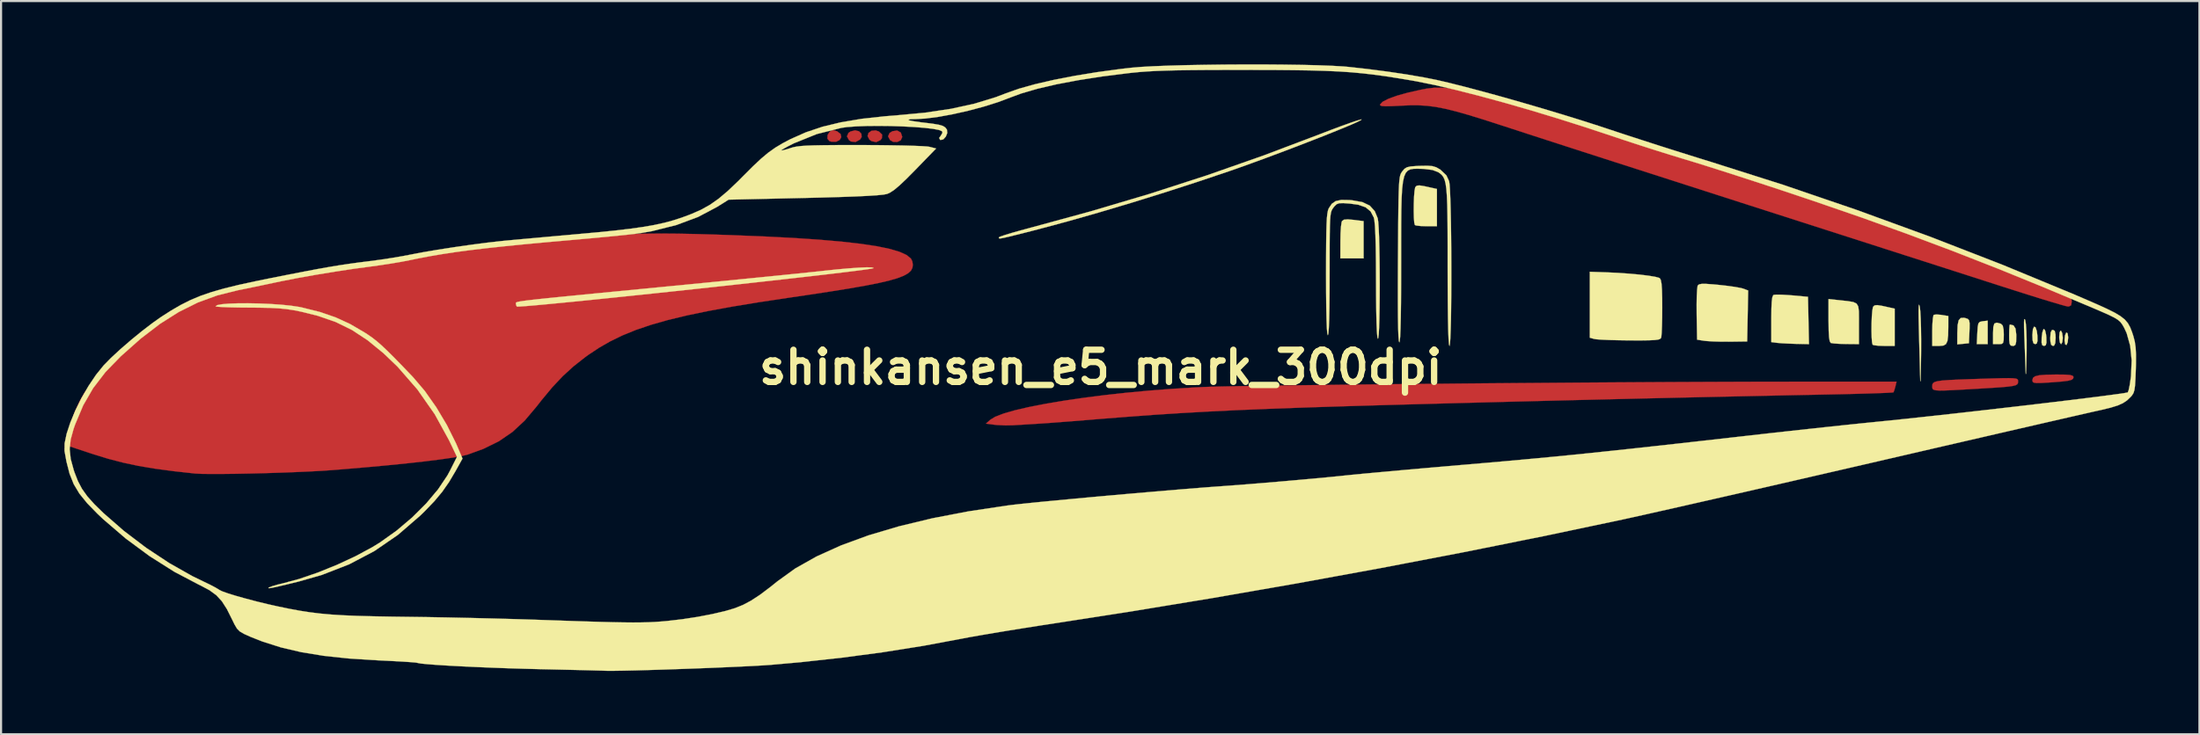
<source format=kicad_pcb>
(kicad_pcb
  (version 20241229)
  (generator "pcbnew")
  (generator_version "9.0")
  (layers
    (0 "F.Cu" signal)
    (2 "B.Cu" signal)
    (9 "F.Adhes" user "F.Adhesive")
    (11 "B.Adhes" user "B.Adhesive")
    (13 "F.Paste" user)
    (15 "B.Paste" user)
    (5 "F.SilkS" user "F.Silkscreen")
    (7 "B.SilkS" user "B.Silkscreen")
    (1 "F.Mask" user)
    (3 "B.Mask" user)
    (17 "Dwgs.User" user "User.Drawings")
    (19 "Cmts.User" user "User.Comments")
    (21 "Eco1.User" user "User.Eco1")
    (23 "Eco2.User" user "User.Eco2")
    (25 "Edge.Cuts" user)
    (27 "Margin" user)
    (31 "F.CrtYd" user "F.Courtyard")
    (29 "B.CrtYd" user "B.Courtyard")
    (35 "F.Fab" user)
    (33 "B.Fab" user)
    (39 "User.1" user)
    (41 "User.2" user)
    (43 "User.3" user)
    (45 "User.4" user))
  (footprint "shinkansen_e5_mark_300dpi"
    (layer "F.Cu")
    (at 49.068 14.36)
    (property "Reference" "shinkansen_e5_mark_300dpi" (at 0 0 0) (layer "F.SilkS") (effects (font (size 1.524 1.524) (thickness 0.3))))
    (attr through_hole)
    (fp_poly (pts (xy -11.448 -11.189) (xy -11.332 -11.072) (xy -11.321 -10.915) (xy -11.397 -10.797) (xy -11.609 -10.68) (xy -11.828 -10.704) (xy -11.921 -10.77) (xy -12.017 -10.948) (xy -11.947 -11.109) (xy -11.85 -11.178) (xy -11.633 -11.234) (xy -11.448 -11.189)) (stroke (width 0.01) (type solid)) (fill yes) (layer "F.Cu"))
    (fp_poly (pts (xy -10.502 -11.178) (xy -10.35 -11.033) (xy -10.361 -10.861) (xy -10.431 -10.77) (xy -10.631 -10.674) (xy -10.854 -10.722) (xy -10.955 -10.797) (xy -11.041 -10.963) (xy -10.995 -11.111) (xy -10.855 -11.211) (xy -10.657 -11.23) (xy -10.502 -11.178)) (stroke (width 0.01) (type solid)) (fill yes) (layer "F.Cu"))
    (fp_poly (pts (xy -9.466 -11.128) (xy -9.398 -10.923) (xy -9.398 -10.921) (xy -9.467 -10.765) (xy -9.633 -10.681) (xy -9.832 -10.687) (xy -9.974 -10.77) (xy -10.07 -10.946) (xy -10.001 -11.104) (xy -9.866 -11.19) (xy -9.638 -11.225) (xy -9.466 -11.128)) (stroke (width 0.01) (type solid)) (fill yes) (layer "F.Cu"))
    (fp_poly (pts (xy -12.486 -11.19) (xy -12.317 -11.059) (xy -12.284 -10.91) (xy -12.361 -10.777) (xy -12.523 -10.694) (xy -12.744 -10.692) (xy -12.848 -10.724) (xy -12.941 -10.837) (xy -12.934 -11.011) (xy -12.831 -11.173) (xy -12.824 -11.178) (xy -12.676 -11.242) (xy -12.486 -11.19)) (stroke (width 0.01) (type solid)) (fill yes) (layer "F.Cu"))
    (fp_poly (pts (xy 45.654 0.344) (xy 45.892 0.361) (xy 46.017 0.396) (xy 46.058 0.453) (xy 46.059 0.464) (xy 46.038 0.537) (xy 45.96 0.592) (xy 45.798 0.635) (xy 45.529 0.669) (xy 45.127 0.702) (xy 44.895 0.718) (xy 44.527 0.739) (xy 44.297 0.742) (xy 44.172 0.723) (xy 44.121 0.677) (xy 44.111 0.606) (xy 44.14 0.497) (xy 44.241 0.422) (xy 44.439 0.374) (xy 44.756 0.349) (xy 45.217 0.34) (xy 45.276 0.34) (xy 45.654 0.344)) (stroke (width 0.01) (type solid)) (fill yes) (layer "F.Cu"))
    (fp_poly (pts (xy 43.21 0.517) (xy 43.34 0.534) (xy 43.406 0.564) (xy 43.431 0.608) (xy 43.434 0.665) (xy 43.428 0.741) (xy 43.398 0.8) (xy 43.322 0.846) (xy 43.181 0.882) (xy 42.953 0.913) (xy 42.618 0.943) (xy 42.156 0.974) (xy 41.545 1.011) (xy 41.529 1.012) (xy 40.87 1.05) (xy 40.361 1.078) (xy 39.983 1.094) (xy 39.716 1.098) (xy 39.54 1.087) (xy 39.437 1.061) (xy 39.387 1.019) (xy 39.371 0.961) (xy 39.37 0.896) (xy 39.376 0.812) (xy 39.408 0.745) (xy 39.483 0.694) (xy 39.621 0.655) (xy 39.841 0.624) (xy 40.162 0.6) (xy 40.602 0.579) (xy 41.18 0.558) (xy 41.635 0.543) (xy 42.23 0.525) (xy 42.676 0.513) (xy 42.996 0.51) (xy 43.21 0.517)) (stroke (width 0.01) (type solid)) (fill yes) (layer "F.Cu"))
    (fp_poly (pts (xy 37.68 0.677) (xy 37.624 0.91) (xy 37.572 1.093) (xy 37.533 1.184) (xy 37.443 1.194) (xy 37.203 1.208) (xy 36.832 1.222) (xy 36.35 1.238) (xy 35.775 1.254) (xy 35.128 1.27) (xy 34.475 1.284) (xy 32.761 1.318) (xy 30.988 1.356) (xy 29.171 1.395) (xy 27.326 1.436) (xy 25.471 1.479) (xy 23.62 1.523) (xy 21.789 1.567) (xy 19.996 1.612) (xy 18.254 1.657) (xy 16.582 1.701) (xy 14.994 1.744) (xy 13.507 1.785) (xy 12.136 1.825) (xy 10.899 1.863) (xy 9.809 1.898) (xy 9.525 1.908) (xy 7.936 1.965) (xy 6.482 2.026) (xy 5.125 2.092) (xy 3.832 2.165) (xy 2.565 2.246) (xy 1.291 2.339) (xy -0.027 2.444) (xy -0.127 2.452) (xy -0.742 2.503) (xy -1.355 2.552) (xy -1.926 2.596) (xy -2.417 2.633) (xy -2.79 2.659) (xy -2.879 2.665) (xy -3.298 2.691) (xy -3.715 2.717) (xy -4.06 2.738) (xy -4.149 2.744) (xy -4.51 2.751) (xy -4.885 2.734) (xy -5.024 2.72) (xy -5.434 2.667) (xy -5.236 2.487) (xy -4.995 2.34) (xy -4.599 2.188) (xy -4.065 2.034) (xy -3.406 1.881) (xy -2.639 1.731) (xy -1.779 1.585) (xy -0.84 1.447) (xy 0.163 1.318) (xy 1.213 1.202) (xy 2.297 1.1) (xy 3.399 1.015) (xy 4.504 0.948) (xy 4.868 0.931) (xy 5.205 0.919) (xy 5.699 0.907) (xy 6.339 0.894) (xy 7.113 0.88) (xy 8.011 0.867) (xy 9.02 0.853) (xy 10.128 0.839) (xy 11.325 0.824) (xy 12.598 0.81) (xy 13.936 0.796) (xy 15.326 0.783) (xy 16.759 0.769) (xy 18.222 0.756) (xy 19.703 0.744) (xy 21.19 0.733) (xy 22.673 0.722) (xy 24.139 0.712) (xy 25.578 0.703) (xy 26.976 0.695) (xy 28.324 0.689) (xy 29.608 0.684) (xy 30.818 0.68) (xy 31.941 0.678) (xy 32.831 0.677) (xy 37.68 0.677)) (stroke (width 0.01) (type solid)) (fill yes) (layer "F.Cu"))
    (fp_poly (pts (xy 16.687 -13.211) (xy 17.253 -13.124) (xy 17.911 -12.987) (xy 18.672 -12.799) (xy 19.548 -12.557) (xy 20.552 -12.259) (xy 21.695 -11.902) (xy 22.358 -11.689) (xy 24.521 -10.986) (xy 26.53 -10.332) (xy 28.393 -9.724) (xy 30.116 -9.159) (xy 31.708 -8.635) (xy 33.175 -8.149) (xy 34.526 -7.698) (xy 35.766 -7.28) (xy 36.905 -6.892) (xy 37.949 -6.532) (xy 38.906 -6.197) (xy 39.782 -5.884) (xy 40.587 -5.592) (xy 41.326 -5.316) (xy 42.008 -5.056) (xy 42.639 -4.807) (xy 43.228 -4.569) (xy 43.782 -4.337) (xy 44.308 -4.11) (xy 44.813 -3.884) (xy 44.895 -3.847) (xy 45.323 -3.65) (xy 45.621 -3.505) (xy 45.811 -3.395) (xy 45.917 -3.306) (xy 45.963 -3.22) (xy 45.974 -3.122) (xy 45.974 -3.117) (xy 45.948 -2.943) (xy 45.843 -2.888) (xy 45.783 -2.887) (xy 45.661 -2.914) (xy 45.397 -2.988) (xy 45.011 -3.102) (xy 44.523 -3.251) (xy 43.953 -3.429) (xy 43.32 -3.629) (xy 42.714 -3.823) (xy 41.93 -4.075) (xy 41.027 -4.366) (xy 40.051 -4.68) (xy 39.044 -5.004) (xy 38.05 -5.323) (xy 37.114 -5.624) (xy 36.534 -5.811) (xy 35.145 -6.257) (xy 33.63 -6.744) (xy 32.023 -7.26) (xy 30.361 -7.794) (xy 28.678 -8.336) (xy 27.009 -8.873) (xy 25.389 -9.394) (xy 23.853 -9.888) (xy 23.622 -9.963) (xy 22.857 -10.209) (xy 22.014 -10.482) (xy 21.142 -10.764) (xy 20.292 -11.04) (xy 19.512 -11.294) (xy 18.965 -11.472) (xy 18.124 -11.743) (xy 17.418 -11.961) (xy 16.822 -12.13) (xy 16.312 -12.256) (xy 15.862 -12.343) (xy 15.45 -12.396) (xy 15.049 -12.42) (xy 14.636 -12.42) (xy 14.235 -12.402) (xy 13.791 -12.38) (xy 13.492 -12.374) (xy 13.314 -12.384) (xy 13.234 -12.413) (xy 13.225 -12.458) (xy 13.346 -12.587) (xy 13.618 -12.728) (xy 14.022 -12.874) (xy 14.54 -13.019) (xy 15.155 -13.157) (xy 15.421 -13.209) (xy 15.783 -13.251) (xy 16.201 -13.253) (xy 16.687 -13.211)) (stroke (width 0.01) (type solid)) (fill yes) (layer "F.Cu"))
    (fp_poly (pts (xy -20.031 -6.336) (xy -19.203 -6.32) (xy -18.296 -6.294) (xy -17.475 -6.266) (xy -15.931 -6.204) (xy -14.552 -6.133) (xy -13.334 -6.051) (xy -12.273 -5.959) (xy -11.366 -5.856) (xy -10.607 -5.742) (xy -9.994 -5.615) (xy -9.522 -5.475) (xy -9.188 -5.322) (xy -8.986 -5.154) (xy -8.922 -5.028) (xy -8.897 -4.864) (xy -8.916 -4.716) (xy -8.988 -4.581) (xy -9.126 -4.456) (xy -9.338 -4.338) (xy -9.636 -4.224) (xy -10.031 -4.11) (xy -10.532 -3.994) (xy -11.151 -3.872) (xy -11.898 -3.741) (xy -12.783 -3.599) (xy -13.817 -3.441) (xy -14.774 -3.3) (xy -16.202 -3.085) (xy -17.475 -2.875) (xy -18.607 -2.667) (xy -19.612 -2.458) (xy -20.504 -2.242) (xy -21.297 -2.016) (xy -22.005 -1.776) (xy -22.642 -1.517) (xy -23.222 -1.235) (xy -23.759 -0.927) (xy -24.267 -0.589) (xy -24.413 -0.482) (xy -24.966 -0.047) (xy -25.469 0.413) (xy -25.96 0.933) (xy -26.475 1.552) (xy -26.706 1.849) (xy -27.273 2.521) (xy -27.856 3.062) (xy -28.493 3.499) (xy -29.223 3.859) (xy -29.972 4.133) (xy -30.257 4.203) (xy -30.7 4.281) (xy -31.287 4.365) (xy -32.006 4.455) (xy -32.846 4.548) (xy -33.794 4.643) (xy -34.838 4.739) (xy -35.966 4.835) (xy -36.407 4.87) (xy -36.894 4.904) (xy -37.481 4.935) (xy -38.141 4.964) (xy -38.846 4.991) (xy -39.572 5.013) (xy -40.291 5.031) (xy -40.976 5.044) (xy -41.602 5.051) (xy -42.142 5.052) (xy -42.569 5.047) (xy -42.857 5.033) (xy -42.884 5.031) (xy -43.901 4.919) (xy -44.785 4.801) (xy -45.572 4.668) (xy -46.296 4.514) (xy -46.995 4.332) (xy -47.703 4.114) (xy -47.783 4.088) (xy -48.958 3.699) (xy -48.91 3.294) (xy -48.801 2.762) (xy -48.605 2.176) (xy -48.351 1.606) (xy -48.128 1.219) (xy -47.943 0.974) (xy -47.657 0.641) (xy -47.295 0.244) (xy -46.882 -0.189) (xy -46.443 -0.635) (xy -46.003 -1.068) (xy -45.586 -1.463) (xy -45.218 -1.794) (xy -44.924 -2.036) (xy -44.916 -2.042) (xy -43.952 -2.692) (xy -42.966 -3.2) (xy -41.909 -3.589) (xy -41.444 -3.719) (xy -41.102 -3.798) (xy -40.611 -3.898) (xy -39.992 -4.016) (xy -39.262 -4.149) (xy -38.442 -4.293) (xy -37.552 -4.445) (xy -36.609 -4.603) (xy -35.633 -4.763) (xy -34.645 -4.922) (xy -33.662 -5.077) (xy -32.705 -5.225) (xy -31.793 -5.362) (xy -30.944 -5.486) (xy -30.179 -5.593) (xy -29.516 -5.68) (xy -28.975 -5.745) (xy -28.914 -5.752) (xy -27.639 -5.887) (xy -26.511 -6.002) (xy -25.505 -6.098) (xy -24.601 -6.177) (xy -23.774 -6.239) (xy -23.004 -6.286) (xy -22.266 -6.318) (xy -21.54 -6.336) (xy -20.803 -6.342) (xy -20.031 -6.336)) (stroke (width 0.01) (type solid)) (fill yes) (layer "F.Cu"))
    (fp_poly (pts (xy -11.448 -11.189) (xy -11.332 -11.072) (xy -11.321 -10.915) (xy -11.397 -10.797) (xy -11.609 -10.68) (xy -11.828 -10.704) (xy -11.921 -10.77) (xy -12.017 -10.948) (xy -11.947 -11.109) (xy -11.85 -11.178) (xy -11.633 -11.234) (xy -11.448 -11.189)) (stroke (width 0.01) (type solid)) (fill yes) (layer "F.Mask"))
    (fp_poly (pts (xy -10.502 -11.178) (xy -10.35 -11.033) (xy -10.361 -10.861) (xy -10.431 -10.77) (xy -10.631 -10.674) (xy -10.854 -10.722) (xy -10.955 -10.797) (xy -11.041 -10.963) (xy -10.995 -11.111) (xy -10.855 -11.211) (xy -10.657 -11.23) (xy -10.502 -11.178)) (stroke (width 0.01) (type solid)) (fill yes) (layer "F.Mask"))
    (fp_poly (pts (xy -9.466 -11.128) (xy -9.398 -10.923) (xy -9.398 -10.921) (xy -9.467 -10.765) (xy -9.633 -10.681) (xy -9.832 -10.687) (xy -9.974 -10.77) (xy -10.07 -10.946) (xy -10.001 -11.104) (xy -9.866 -11.19) (xy -9.638 -11.225) (xy -9.466 -11.128)) (stroke (width 0.01) (type solid)) (fill yes) (layer "F.Mask"))
    (fp_poly (pts (xy -12.486 -11.19) (xy -12.317 -11.059) (xy -12.284 -10.91) (xy -12.361 -10.777) (xy -12.523 -10.694) (xy -12.744 -10.692) (xy -12.848 -10.724) (xy -12.941 -10.837) (xy -12.934 -11.011) (xy -12.831 -11.173) (xy -12.824 -11.178) (xy -12.676 -11.242) (xy -12.486 -11.19)) (stroke (width 0.01) (type solid)) (fill yes) (layer "F.Mask"))
    (fp_poly (pts (xy 45.654 0.344) (xy 45.892 0.361) (xy 46.017 0.396) (xy 46.058 0.453) (xy 46.059 0.464) (xy 46.038 0.537) (xy 45.96 0.592) (xy 45.798 0.635) (xy 45.529 0.669) (xy 45.127 0.702) (xy 44.895 0.718) (xy 44.527 0.739) (xy 44.297 0.742) (xy 44.172 0.723) (xy 44.121 0.677) (xy 44.111 0.606) (xy 44.14 0.497) (xy 44.241 0.422) (xy 44.439 0.374) (xy 44.756 0.349) (xy 45.217 0.34) (xy 45.276 0.34) (xy 45.654 0.344)) (stroke (width 0.01) (type solid)) (fill yes) (layer "F.Mask"))
    (fp_poly (pts (xy 43.21 0.517) (xy 43.34 0.534) (xy 43.406 0.564) (xy 43.431 0.608) (xy 43.434 0.665) (xy 43.428 0.741) (xy 43.398 0.8) (xy 43.322 0.846) (xy 43.181 0.882) (xy 42.953 0.913) (xy 42.618 0.943) (xy 42.156 0.974) (xy 41.545 1.011) (xy 41.529 1.012) (xy 40.87 1.05) (xy 40.361 1.078) (xy 39.983 1.094) (xy 39.716 1.098) (xy 39.54 1.087) (xy 39.437 1.061) (xy 39.387 1.019) (xy 39.371 0.961) (xy 39.37 0.896) (xy 39.376 0.812) (xy 39.408 0.745) (xy 39.483 0.694) (xy 39.621 0.655) (xy 39.841 0.624) (xy 40.162 0.6) (xy 40.602 0.579) (xy 41.18 0.558) (xy 41.635 0.543) (xy 42.23 0.525) (xy 42.676 0.513) (xy 42.996 0.51) (xy 43.21 0.517)) (stroke (width 0.01) (type solid)) (fill yes) (layer "F.Mask"))
    (fp_poly (pts (xy 37.68 0.677) (xy 37.624 0.91) (xy 37.572 1.093) (xy 37.533 1.184) (xy 37.443 1.194) (xy 37.203 1.208) (xy 36.832 1.222) (xy 36.35 1.238) (xy 35.775 1.254) (xy 35.128 1.27) (xy 34.475 1.284) (xy 32.761 1.318) (xy 30.988 1.356) (xy 29.171 1.395) (xy 27.326 1.436) (xy 25.471 1.479) (xy 23.62 1.523) (xy 21.789 1.567) (xy 19.996 1.612) (xy 18.254 1.657) (xy 16.582 1.701) (xy 14.994 1.744) (xy 13.507 1.785) (xy 12.136 1.825) (xy 10.899 1.863) (xy 9.809 1.898) (xy 9.525 1.908) (xy 7.936 1.965) (xy 6.482 2.026) (xy 5.125 2.092) (xy 3.832 2.165) (xy 2.565 2.246) (xy 1.291 2.339) (xy -0.027 2.444) (xy -0.127 2.452) (xy -0.742 2.503) (xy -1.355 2.552) (xy -1.926 2.596) (xy -2.417 2.633) (xy -2.79 2.659) (xy -2.879 2.665) (xy -3.298 2.691) (xy -3.715 2.717) (xy -4.06 2.738) (xy -4.149 2.744) (xy -4.51 2.751) (xy -4.885 2.734) (xy -5.024 2.72) (xy -5.434 2.667) (xy -5.236 2.487) (xy -4.995 2.34) (xy -4.599 2.188) (xy -4.065 2.034) (xy -3.406 1.881) (xy -2.639 1.731) (xy -1.779 1.585) (xy -0.84 1.447) (xy 0.163 1.318) (xy 1.213 1.202) (xy 2.297 1.1) (xy 3.399 1.015) (xy 4.504 0.948) (xy 4.868 0.931) (xy 5.205 0.919) (xy 5.699 0.907) (xy 6.339 0.894) (xy 7.113 0.88) (xy 8.011 0.867) (xy 9.02 0.853) (xy 10.128 0.839) (xy 11.325 0.824) (xy 12.598 0.81) (xy 13.936 0.796) (xy 15.326 0.783) (xy 16.759 0.769) (xy 18.222 0.756) (xy 19.703 0.744) (xy 21.19 0.733) (xy 22.673 0.722) (xy 24.139 0.712) (xy 25.578 0.703) (xy 26.976 0.695) (xy 28.324 0.689) (xy 29.608 0.684) (xy 30.818 0.68) (xy 31.941 0.678) (xy 32.831 0.677) (xy 37.68 0.677)) (stroke (width 0.01) (type solid)) (fill yes) (layer "F.Mask"))
    (fp_poly (pts (xy 41.995 -1.101) (xy 41.479 -1.101) (xy 41.504 -1.63) (xy 41.522 -1.919) (xy 41.555 -2.081) (xy 41.621 -2.155) (xy 41.74 -2.183) (xy 41.762 -2.186) (xy 41.995 -2.213) (xy 41.995 -1.101)) (stroke (width 0.01) (type solid)) (fill yes) (layer "F.SilkS"))
    (fp_poly (pts (xy 11.971 -6.99) (xy 12.446 -6.93) (xy 12.446 -5.165) (xy 11.345 -5.165) (xy 11.347 -5.99) (xy 11.354 -6.357) (xy 11.374 -6.667) (xy 11.403 -6.875) (xy 11.422 -6.932) (xy 11.513 -6.998) (xy 11.695 -7.014) (xy 11.971 -6.99)) (stroke (width 0.01) (type solid)) (fill yes) (layer "F.SilkS"))
    (fp_poly (pts (xy 44.262 -1.896) (xy 44.323 -1.712) (xy 44.349 -1.496) (xy 44.353 -1.247) (xy 44.316 -1.128) (xy 44.243 -1.101) (xy 44.162 -1.141) (xy 44.121 -1.285) (xy 44.111 -1.531) (xy 44.135 -1.809) (xy 44.192 -1.93) (xy 44.262 -1.896)) (stroke (width 0.01) (type solid)) (fill yes) (layer "F.SilkS"))
    (fp_poly (pts (xy 44.716 -1.744) (xy 44.759 -1.551) (xy 44.772 -1.418) (xy 44.777 -1.168) (xy 44.743 -1.047) (xy 44.662 -1.016) (xy 44.579 -1.049) (xy 44.546 -1.173) (xy 44.551 -1.418) (xy 44.582 -1.653) (xy 44.632 -1.798) (xy 44.662 -1.82) (xy 44.716 -1.744)) (stroke (width 0.01) (type solid)) (fill yes) (layer "F.SilkS"))
    (fp_poly (pts (xy 45.169 -1.728) (xy 45.207 -1.559) (xy 45.212 -1.397) (xy 45.195 -1.146) (xy 45.139 -1.031) (xy 45.085 -1.016) (xy 45.001 -1.066) (xy 44.963 -1.235) (xy 44.958 -1.397) (xy 44.975 -1.648) (xy 45.031 -1.763) (xy 45.085 -1.778) (xy 45.169 -1.728)) (stroke (width 0.01) (type solid)) (fill yes) (layer "F.SilkS"))
    (fp_poly (pts (xy 45.466 -1.736) (xy 45.523 -1.623) (xy 45.55 -1.418) (xy 45.551 -1.392) (xy 45.529 -1.198) (xy 45.476 -1.103) (xy 45.466 -1.101) (xy 45.413 -1.176) (xy 45.384 -1.364) (xy 45.381 -1.444) (xy 45.399 -1.659) (xy 45.447 -1.741) (xy 45.466 -1.736)) (stroke (width 0.01) (type solid)) (fill yes) (layer "F.SilkS"))
    (fp_poly (pts (xy 45.778 -1.616) (xy 45.804 -1.444) (xy 45.805 -1.407) (xy 45.783 -1.194) (xy 45.729 -1.065) (xy 45.72 -1.058) (xy 45.662 -1.094) (xy 45.636 -1.265) (xy 45.635 -1.302) (xy 45.657 -1.515) (xy 45.711 -1.644) (xy 45.72 -1.651) (xy 45.778 -1.616)) (stroke (width 0.01) (type solid)) (fill yes) (layer "F.SilkS"))
    (fp_poly (pts (xy 40.931 -2.337) (xy 41.05 -2.299) (xy 41.115 -2.23) (xy 41.139 -2.091) (xy 41.136 -1.839) (xy 41.131 -1.712) (xy 41.106 -1.143) (xy 40.831 -1.116) (xy 40.555 -1.09) (xy 40.557 -1.624) (xy 40.571 -2) (xy 40.62 -2.23) (xy 40.716 -2.339) (xy 40.87 -2.35) (xy 40.931 -2.337)) (stroke (width 0.01) (type solid)) (fill yes) (layer "F.SilkS"))
    (fp_poly (pts (xy 42.608 -2.071) (xy 42.623 -2.065) (xy 42.707 -1.98) (xy 42.749 -1.785) (xy 42.757 -1.557) (xy 42.752 -1.294) (xy 42.723 -1.159) (xy 42.646 -1.108) (xy 42.503 -1.101) (xy 42.249 -1.101) (xy 42.249 -1.609) (xy 42.261 -1.914) (xy 42.311 -2.077) (xy 42.42 -2.12) (xy 42.608 -2.071)) (stroke (width 0.01) (type solid)) (fill yes) (layer "F.SilkS"))
    (fp_poly (pts (xy 43.217 -1.988) (xy 43.313 -1.838) (xy 43.348 -1.556) (xy 43.349 -1.473) (xy 43.342 -1.207) (xy 43.309 -1.069) (xy 43.236 -1.02) (xy 43.18 -1.016) (xy 43.085 -1.035) (xy 43.034 -1.116) (xy 43.014 -1.299) (xy 43.011 -1.524) (xy 43.016 -1.792) (xy 43.03 -1.976) (xy 43.046 -2.032) (xy 43.217 -1.988)) (stroke (width 0.01) (type solid)) (fill yes) (layer "F.SilkS"))
    (fp_poly (pts (xy 32.25 -3.444) (xy 32.581 -3.424) (xy 32.732 -3.412) (xy 33.486 -3.344) (xy 33.533 -1.101) (xy 32.917 -1.114) (xy 32.566 -1.126) (xy 32.244 -1.143) (xy 32.025 -1.162) (xy 31.75 -1.196) (xy 31.75 -2.294) (xy 31.754 -2.772) (xy 31.769 -3.104) (xy 31.795 -3.31) (xy 31.836 -3.415) (xy 31.864 -3.436) (xy 31.995 -3.448) (xy 32.25 -3.444)) (stroke (width 0.01) (type solid)) (fill yes) (layer "F.SilkS"))
    (fp_poly (pts (xy 39.779 -2.49) (xy 39.822 -2.483) (xy 40.132 -2.433) (xy 40.131 -1.915) (xy 40.122 -1.514) (xy 40.09 -1.253) (xy 40.019 -1.102) (xy 39.897 -1.033) (xy 39.708 -1.016) (xy 39.699 -1.016) (xy 39.37 -1.016) (xy 39.37 -1.731) (xy 39.378 -2.062) (xy 39.399 -2.323) (xy 39.429 -2.472) (xy 39.441 -2.489) (xy 39.566 -2.506) (xy 39.779 -2.49)) (stroke (width 0.01) (type solid)) (fill yes) (layer "F.SilkS"))
    (fp_poly (pts (xy 15.315 -8.588) (xy 15.445 -8.56) (xy 15.917 -8.455) (xy 15.917 -6.689) (xy 15.423 -6.689) (xy 15.148 -6.698) (xy 14.945 -6.721) (xy 14.873 -6.745) (xy 14.844 -6.857) (xy 14.826 -7.092) (xy 14.819 -7.405) (xy 14.822 -7.75) (xy 14.834 -8.082) (xy 14.856 -8.355) (xy 14.886 -8.523) (xy 14.896 -8.545) (xy 14.965 -8.61) (xy 15.09 -8.623) (xy 15.315 -8.588)) (stroke (width 0.01) (type solid)) (fill yes) (layer "F.SilkS"))
    (fp_poly (pts (xy 36.99 -2.916) (xy 37.119 -2.888) (xy 37.592 -2.782) (xy 37.592 -1.016) (xy 37.098 -1.016) (xy 36.822 -1.025) (xy 36.62 -1.048) (xy 36.548 -1.072) (xy 36.519 -1.184) (xy 36.501 -1.42) (xy 36.493 -1.733) (xy 36.496 -2.078) (xy 36.509 -2.41) (xy 36.531 -2.682) (xy 36.561 -2.851) (xy 36.57 -2.873) (xy 36.64 -2.937) (xy 36.765 -2.951) (xy 36.99 -2.916)) (stroke (width 0.01) (type solid)) (fill yes) (layer "F.SilkS"))
    (fp_poly (pts (xy 34.989 -3.181) (xy 35.372 -3.14) (xy 35.63 -3.097) (xy 35.787 -3.023) (xy 35.867 -2.886) (xy 35.897 -2.657) (xy 35.9 -2.305) (xy 35.899 -2.065) (xy 35.899 -1.101) (xy 35.285 -1.107) (xy 34.968 -1.116) (xy 34.712 -1.133) (xy 34.569 -1.155) (xy 34.565 -1.157) (xy 34.516 -1.234) (xy 34.483 -1.428) (xy 34.465 -1.759) (xy 34.459 -2.219) (xy 34.459 -3.239) (xy 34.989 -3.181)) (stroke (width 0.01) (type solid)) (fill yes) (layer "F.SilkS"))
    (fp_poly (pts (xy 43.753 -2.282) (xy 43.775 -2.224) (xy 43.804 -2.04) (xy 43.826 -1.721) (xy 43.838 -1.3) (xy 43.839 -0.811) (xy 43.836 -0.573) (xy 43.827 -0.163) (xy 43.817 0.132) (xy 43.807 0.297) (xy 43.798 0.319) (xy 43.792 0.204) (xy 43.78 -0.13) (xy 43.764 -0.57) (xy 43.746 -1.056) (xy 43.731 -1.447) (xy 43.716 -1.88) (xy 43.715 -2.155) (xy 43.727 -2.285) (xy 43.753 -2.282)) (stroke (width 0.01) (type solid)) (fill yes) (layer "F.SilkS"))
    (fp_poly (pts (xy 28.667 -3.957) (xy 29.002 -3.933) (xy 29.269 -3.908) (xy 29.672 -3.863) (xy 30.033 -3.812) (xy 30.306 -3.762) (xy 30.425 -3.73) (xy 30.654 -3.643) (xy 30.607 -1.228) (xy 29.76 -1.217) (xy 29.355 -1.218) (xy 28.975 -1.229) (xy 28.676 -1.248) (xy 28.575 -1.259) (xy 28.236 -1.312) (xy 28.215 -2.54) (xy 28.213 -2.986) (xy 28.22 -3.376) (xy 28.236 -3.677) (xy 28.258 -3.855) (xy 28.269 -3.883) (xy 28.33 -3.933) (xy 28.453 -3.957) (xy 28.667 -3.957)) (stroke (width 0.01) (type solid)) (fill yes) (layer "F.SilkS"))
    (fp_poly (pts (xy 38.767 -2.921) (xy 38.781 -2.86) (xy 38.805 -2.657) (xy 38.824 -2.316) (xy 38.837 -1.869) (xy 38.844 -1.346) (xy 38.843 -0.779) (xy 38.841 -0.574) (xy 38.833 -0.083) (xy 38.825 0.294) (xy 38.817 0.548) (xy 38.808 0.665) (xy 38.801 0.633) (xy 38.797 0.508) (xy 38.787 0.141) (xy 38.775 -0.345) (xy 38.76 -0.899) (xy 38.745 -1.47) (xy 38.737 -1.778) (xy 38.725 -2.306) (xy 38.721 -2.674) (xy 38.727 -2.893) (xy 38.742 -2.972) (xy 38.767 -2.921)) (stroke (width 0.01) (type solid)) (fill yes) (layer "F.SilkS"))
    (fp_poly (pts (xy 23.918 -4.504) (xy 24.479 -4.479) (xy 25.022 -4.441) (xy 25.518 -4.396) (xy 25.94 -4.344) (xy 26.258 -4.291) (xy 26.445 -4.238) (xy 26.471 -4.223) (xy 26.518 -4.14) (xy 26.551 -3.967) (xy 26.572 -3.683) (xy 26.583 -3.267) (xy 26.585 -2.833) (xy 26.582 -2.373) (xy 26.573 -1.967) (xy 26.56 -1.647) (xy 26.543 -1.448) (xy 26.534 -1.404) (xy 26.495 -1.355) (xy 26.406 -1.319) (xy 26.243 -1.296) (xy 25.983 -1.283) (xy 25.603 -1.277) (xy 25.079 -1.278) (xy 25.031 -1.278) (xy 24.537 -1.285) (xy 24.09 -1.296) (xy 23.721 -1.312) (xy 23.465 -1.331) (xy 23.368 -1.346) (xy 23.156 -1.405) (xy 23.156 -4.53) (xy 23.918 -4.504)) (stroke (width 0.01) (type solid)) (fill yes) (layer "F.SilkS"))
    (fp_poly (pts (xy 12.315 -11.714) (xy 12.14 -11.626) (xy 11.841 -11.494) (xy 11.436 -11.325) (xy 10.944 -11.125) (xy 10.382 -10.902) (xy 9.767 -10.662) (xy 9.119 -10.412) (xy 8.453 -10.16) (xy 7.789 -9.912) (xy 7.144 -9.676) (xy 6.535 -9.457) (xy 6.083 -9.299) (xy 4.569 -8.789) (xy 3.008 -8.284) (xy 1.435 -7.795) (xy -0.111 -7.334) (xy -1.593 -6.912) (xy -2.973 -6.541) (xy -3.531 -6.398) (xy -4.018 -6.276) (xy -4.364 -6.19) (xy -4.594 -6.137) (xy -4.732 -6.111) (xy -4.8 -6.109) (xy -4.823 -6.126) (xy -4.826 -6.157) (xy -4.826 -6.16) (xy -4.748 -6.201) (xy -4.532 -6.275) (xy -4.206 -6.374) (xy -3.794 -6.49) (xy -3.408 -6.594) (xy -0.486 -7.391) (xy 2.313 -8.222) (xy 5.033 -9.102) (xy 7.72 -10.045) (xy 10.368 -11.047) (xy 10.899 -11.251) (xy 11.381 -11.432) (xy 11.791 -11.579) (xy 12.105 -11.686) (xy 12.299 -11.743) (xy 12.35 -11.75) (xy 12.315 -11.714)) (stroke (width 0.01) (type solid)) (fill yes) (layer "F.SilkS"))
    (fp_poly (pts (xy -10.852 -4.737) (xy -10.761 -4.713) (xy -10.765 -4.7) (xy -10.861 -4.678) (xy -11.112 -4.64) (xy -11.503 -4.588) (xy -12.022 -4.523) (xy -12.653 -4.447) (xy -13.383 -4.361) (xy -14.199 -4.268) (xy -15.086 -4.167) (xy -16.03 -4.062) (xy -17.018 -3.952) (xy -18.036 -3.841) (xy -19.07 -3.729) (xy -20.106 -3.618) (xy -21.13 -3.509) (xy -22.128 -3.404) (xy -23.087 -3.305) (xy -23.992 -3.212) (xy -24.83 -3.127) (xy -25.587 -3.053) (xy -26.249 -2.99) (xy -26.802 -2.939) (xy -27.232 -2.903) (xy -27.525 -2.883) (xy -27.638 -2.879) (xy -27.681 -2.947) (xy -27.686 -3) (xy -27.69 -3.024) (xy -27.694 -3.045) (xy -27.688 -3.064) (xy -27.66 -3.083) (xy -27.602 -3.102) (xy -27.5 -3.123) (xy -27.347 -3.147) (xy -27.129 -3.176) (xy -26.837 -3.209) (xy -26.461 -3.25) (xy -25.989 -3.299) (xy -25.411 -3.357) (xy -24.716 -3.425) (xy -23.894 -3.506) (xy -22.933 -3.599) (xy -21.824 -3.707) (xy -20.743 -3.812) (xy -19.7 -3.913) (xy -18.669 -4.014) (xy -17.669 -4.113) (xy -16.719 -4.207) (xy -15.836 -4.295) (xy -15.039 -4.375) (xy -14.345 -4.446) (xy -13.773 -4.505) (xy -13.342 -4.55) (xy -13.166 -4.57) (xy -12.511 -4.639) (xy -11.935 -4.691) (xy -11.456 -4.725) (xy -11.09 -4.741) (xy -10.852 -4.737)) (stroke (width 0.01) (type solid)) (fill yes) (layer "F.SilkS"))
    (fp_poly (pts (xy 11.766 -7.93) (xy 11.905 -7.918) (xy 12.388 -7.832) (xy 12.737 -7.666) (xy 12.974 -7.404) (xy 13.114 -7.065) (xy 13.139 -6.895) (xy 13.16 -6.594) (xy 13.178 -6.185) (xy 13.191 -5.692) (xy 13.201 -5.139) (xy 13.207 -4.55) (xy 13.21 -3.947) (xy 13.208 -3.355) (xy 13.202 -2.798) (xy 13.193 -2.3) (xy 13.179 -1.883) (xy 13.162 -1.573) (xy 13.14 -1.392) (xy 13.123 -1.355) (xy 13.097 -1.438) (xy 13.076 -1.686) (xy 13.058 -2.092) (xy 13.045 -2.652) (xy 13.037 -3.36) (xy 13.034 -4.085) (xy 13.03 -4.975) (xy 13.02 -5.703) (xy 13.004 -6.274) (xy 12.983 -6.697) (xy 12.955 -6.977) (xy 12.928 -7.104) (xy 12.777 -7.391) (xy 12.542 -7.586) (xy 12.195 -7.707) (xy 11.801 -7.761) (xy 11.487 -7.784) (xy 11.293 -7.778) (xy 11.17 -7.733) (xy 11.069 -7.637) (xy 11.021 -7.577) (xy 10.972 -7.51) (xy 10.933 -7.436) (xy 10.902 -7.336) (xy 10.878 -7.193) (xy 10.861 -6.988) (xy 10.85 -6.703) (xy 10.843 -6.321) (xy 10.839 -5.823) (xy 10.838 -5.191) (xy 10.837 -4.434) (xy 10.835 -3.568) (xy 10.828 -2.849) (xy 10.816 -2.28) (xy 10.799 -1.867) (xy 10.779 -1.613) (xy 10.754 -1.524) (xy 10.753 -1.524) (xy 10.727 -1.608) (xy 10.706 -1.856) (xy 10.69 -2.265) (xy 10.678 -2.828) (xy 10.67 -3.542) (xy 10.668 -4.402) (xy 10.668 -4.407) (xy 10.669 -5.208) (xy 10.673 -5.856) (xy 10.68 -6.37) (xy 10.691 -6.766) (xy 10.706 -7.063) (xy 10.728 -7.276) (xy 10.755 -7.424) (xy 10.789 -7.523) (xy 10.796 -7.537) (xy 10.94 -7.752) (xy 11.125 -7.881) (xy 11.388 -7.936) (xy 11.766 -7.93)) (stroke (width 0.01) (type solid)) (fill yes) (layer "F.SilkS"))
    (fp_poly (pts (xy -39.84 -3.027) (xy -39.312 -3.004) (xy -38.804 -2.969) (xy -38.342 -2.922) (xy -37.953 -2.864) (xy -37.846 -2.843) (xy -36.984 -2.628) (xy -36.235 -2.372) (xy -35.54 -2.053) (xy -34.845 -1.646) (xy -34.711 -1.559) (xy -34.499 -1.412) (xy -34.284 -1.244) (xy -34.047 -1.038) (xy -33.769 -0.775) (xy -33.432 -0.439) (xy -33.016 -0.011) (xy -32.56 0.466) (xy -32.004 1.12) (xy -31.46 1.894) (xy -30.958 2.736) (xy -30.53 3.597) (xy -30.466 3.744) (xy -30.22 4.322) (xy -30.536 4.892) (xy -30.851 5.425) (xy -31.178 5.894) (xy -31.553 6.344) (xy -32.015 6.825) (xy -32.225 7.029) (xy -33.279 7.94) (xy -34.392 8.705) (xy -35.585 9.333) (xy -36.874 9.835) (xy -37.983 10.152) (xy -38.53 10.285) (xy -38.93 10.38) (xy -39.199 10.439) (xy -39.355 10.466) (xy -39.412 10.465) (xy -39.39 10.438) (xy -39.37 10.426) (xy -39.219 10.367) (xy -38.968 10.294) (xy -38.777 10.249) (xy -37.966 10.032) (xy -37.078 9.728) (xy -36.167 9.36) (xy -35.287 8.951) (xy -34.49 8.522) (xy -34.121 8.295) (xy -33.34 7.738) (xy -32.605 7.115) (xy -31.941 6.453) (xy -31.375 5.779) (xy -30.934 5.122) (xy -30.81 4.892) (xy -30.481 4.239) (xy -30.857 3.453) (xy -31.535 2.219) (xy -32.355 1.047) (xy -33.292 -0.029) (xy -33.966 -0.675) (xy -34.718 -1.289) (xy -35.454 -1.773) (xy -36.222 -2.15) (xy -37.068 -2.443) (xy -37.846 -2.637) (xy -38.214 -2.71) (xy -38.561 -2.763) (xy -38.928 -2.798) (xy -39.357 -2.82) (xy -39.886 -2.83) (xy -40.323 -2.833) (xy -40.82 -2.837) (xy -41.254 -2.846) (xy -41.597 -2.859) (xy -41.825 -2.875) (xy -41.91 -2.893) (xy -41.91 -2.894) (xy -41.83 -2.95) (xy -41.608 -2.992) (xy -41.272 -3.02) (xy -40.847 -3.035) (xy -40.361 -3.037) (xy -39.84 -3.027)) (stroke (width 0.01) (type solid)) (fill yes) (layer "F.SilkS"))
    (fp_poly (pts (xy 15.705 -9.537) (xy 15.888 -9.481) (xy 16.069 -9.377) (xy 16.082 -9.369) (xy 16.364 -9.102) (xy 16.494 -8.826) (xy 16.517 -8.669) (xy 16.537 -8.374) (xy 16.554 -7.959) (xy 16.569 -7.446) (xy 16.581 -6.855) (xy 16.59 -6.207) (xy 16.596 -5.521) (xy 16.599 -4.818) (xy 16.599 -4.118) (xy 16.596 -3.442) (xy 16.59 -2.81) (xy 16.582 -2.241) (xy 16.569 -1.758) (xy 16.554 -1.379) (xy 16.536 -1.126) (xy 16.514 -1.018) (xy 16.51 -1.016) (xy 16.487 -1.1) (xy 16.468 -1.35) (xy 16.452 -1.763) (xy 16.44 -2.336) (xy 16.432 -3.066) (xy 16.427 -3.948) (xy 16.425 -4.786) (xy 16.425 -5.735) (xy 16.422 -6.529) (xy 16.417 -7.183) (xy 16.406 -7.713) (xy 16.388 -8.134) (xy 16.363 -8.46) (xy 16.328 -8.706) (xy 16.282 -8.887) (xy 16.224 -9.018) (xy 16.152 -9.115) (xy 16.064 -9.192) (xy 15.976 -9.253) (xy 15.705 -9.355) (xy 15.298 -9.405) (xy 15.212 -9.408) (xy 14.994 -9.413) (xy 14.811 -9.409) (xy 14.66 -9.384) (xy 14.537 -9.323) (xy 14.44 -9.214) (xy 14.365 -9.042) (xy 14.31 -8.795) (xy 14.271 -8.459) (xy 14.246 -8.021) (xy 14.232 -7.467) (xy 14.226 -6.784) (xy 14.224 -5.959) (xy 14.224 -4.978) (xy 14.224 -4.956) (xy 14.222 -3.925) (xy 14.217 -3.062) (xy 14.207 -2.364) (xy 14.194 -1.829) (xy 14.178 -1.456) (xy 14.157 -1.243) (xy 14.136 -1.185) (xy 14.113 -1.261) (xy 14.095 -1.488) (xy 14.081 -1.871) (xy 14.072 -2.413) (xy 14.068 -3.114) (xy 14.068 -3.98) (xy 14.072 -5.011) (xy 14.073 -5.116) (xy 14.079 -6.034) (xy 14.084 -6.798) (xy 14.091 -7.423) (xy 14.098 -7.925) (xy 14.108 -8.318) (xy 14.121 -8.618) (xy 14.137 -8.84) (xy 14.157 -9) (xy 14.183 -9.112) (xy 14.214 -9.191) (xy 14.252 -9.254) (xy 14.275 -9.286) (xy 14.379 -9.408) (xy 14.496 -9.482) (xy 14.673 -9.522) (xy 14.954 -9.543) (xy 15.112 -9.55) (xy 15.465 -9.556) (xy 15.705 -9.537)) (stroke (width 0.01) (type solid)) (fill yes) (layer "F.SilkS"))
    (fp_poly (pts (xy 7.727 -14.355) (xy 8.64 -14.348) (xy 9.497 -14.336) (xy 10.275 -14.317) (xy 10.947 -14.292) (xy 11.49 -14.261) (xy 11.726 -14.24) (xy 12.654 -14.137) (xy 13.59 -14.015) (xy 14.489 -13.881) (xy 15.304 -13.741) (xy 15.891 -13.624) (xy 16.498 -13.483) (xy 17.237 -13.297) (xy 18.078 -13.074) (xy 18.992 -12.823) (xy 19.95 -12.55) (xy 20.922 -12.266) (xy 21.88 -11.978) (xy 22.794 -11.695) (xy 23.634 -11.425) (xy 23.961 -11.317) (xy 24.73 -11.062) (xy 25.606 -10.777) (xy 26.533 -10.478) (xy 27.457 -10.185) (xy 28.322 -9.914) (xy 28.871 -9.744) (xy 32.314 -8.65) (xy 35.799 -7.459) (xy 39.276 -6.19) (xy 42.694 -4.862) (xy 46.002 -3.494) (xy 46.505 -3.278) (xy 47.135 -3.005) (xy 47.628 -2.781) (xy 48.005 -2.594) (xy 48.285 -2.426) (xy 48.488 -2.265) (xy 48.633 -2.094) (xy 48.741 -1.899) (xy 48.832 -1.665) (xy 48.894 -1.474) (xy 48.959 -1.224) (xy 48.999 -0.951) (xy 49.017 -0.614) (xy 49.015 -0.17) (xy 49.008 0.087) (xy 48.991 0.54) (xy 48.972 0.857) (xy 48.943 1.071) (xy 48.899 1.215) (xy 48.832 1.324) (xy 48.765 1.401) (xy 48.592 1.566) (xy 48.398 1.696) (xy 48.15 1.806) (xy 47.813 1.91) (xy 47.356 2.021) (xy 47.146 2.067) (xy 46.936 2.114) (xy 46.573 2.197) (xy 46.069 2.312) (xy 45.435 2.457) (xy 44.683 2.63) (xy 43.826 2.827) (xy 42.875 3.046) (xy 41.841 3.285) (xy 40.738 3.54) (xy 39.575 3.808) (xy 38.367 4.088) (xy 37.123 4.376) (xy 36.83 4.444) (xy 35.536 4.743) (xy 34.244 5.041) (xy 32.969 5.335) (xy 31.726 5.621) (xy 30.53 5.895) (xy 29.395 6.154) (xy 28.336 6.395) (xy 27.369 6.615) (xy 26.508 6.809) (xy 25.768 6.976) (xy 25.163 7.11) (xy 24.723 7.207) (xy 20.998 7.993) (xy 17.149 8.766) (xy 13.217 9.519) (xy 9.249 10.244) (xy 5.287 10.933) (xy 1.375 11.577) (xy -1.99 12.1) (xy -2.789 12.222) (xy -3.589 12.348) (xy -4.361 12.472) (xy -5.078 12.591) (xy -5.713 12.699) (xy -6.238 12.791) (xy -6.624 12.865) (xy -6.646 12.869) (xy -8.41 13.198) (xy -10.293 13.497) (xy -12.244 13.757) (xy -14.215 13.973) (xy -15.621 14.098) (xy -15.995 14.124) (xy -16.49 14.152) (xy -17.083 14.181) (xy -17.75 14.211) (xy -18.471 14.242) (xy -19.22 14.271) (xy -19.976 14.298) (xy -20.716 14.323) (xy -21.416 14.344) (xy -22.055 14.362) (xy -22.608 14.374) (xy -23.053 14.381) (xy -23.368 14.381) (xy -23.495 14.377) (xy -23.618 14.372) (xy -23.889 14.365) (xy -24.287 14.354) (xy -24.791 14.342) (xy -25.379 14.329) (xy -26.031 14.314) (xy -26.501 14.304) (xy -27.284 14.284) (xy -28.075 14.26) (xy -28.853 14.231) (xy -29.599 14.2) (xy -30.295 14.167) (xy -30.921 14.133) (xy -31.458 14.099) (xy -31.888 14.066) (xy -32.19 14.036) (xy -32.346 14.008) (xy -32.359 14.002) (xy -32.458 13.988) (xy -32.7 13.968) (xy -33.061 13.944) (xy -33.516 13.919) (xy -34.038 13.893) (xy -34.265 13.882) (xy -35.598 13.799) (xy -36.787 13.671) (xy -37.854 13.497) (xy -38.818 13.271) (xy -39.7 12.99) (xy -40.251 12.772) (xy -40.561 12.633) (xy -40.762 12.516) (xy -40.899 12.378) (xy -41.019 12.173) (xy -41.128 11.948) (xy -41.377 11.452) (xy -41.615 11.081) (xy -41.877 10.797) (xy -42.198 10.562) (xy -42.616 10.339) (xy -42.704 10.297) (xy -43.861 9.689) (xy -45.029 8.95) (xy -46.165 8.111) (xy -47.226 7.2) (xy -47.51 6.931) (xy -47.993 6.435) (xy -48.357 5.985) (xy -48.626 5.536) (xy -48.823 5.043) (xy -48.972 4.462) (xy -49.063 3.961) (xy -49.062 3.876) (xy -48.82 3.876) (xy -48.771 4.337) (xy -48.627 4.868) (xy -48.591 4.974) (xy -48.428 5.393) (xy -48.235 5.758) (xy -47.986 6.108) (xy -47.653 6.481) (xy -47.225 6.9) (xy -46.252 7.75) (xy -45.197 8.552) (xy -44.106 9.274) (xy -43.02 9.889) (xy -42.503 10.141) (xy -42.19 10.291) (xy -41.928 10.428) (xy -41.762 10.526) (xy -41.741 10.542) (xy -41.6 10.613) (xy -41.322 10.712) (xy -40.937 10.831) (xy -40.473 10.961) (xy -39.96 11.096) (xy -39.425 11.226) (xy -38.947 11.333) (xy -38.412 11.443) (xy -37.917 11.534) (xy -37.438 11.608) (xy -36.949 11.668) (xy -36.427 11.715) (xy -35.849 11.751) (xy -35.188 11.778) (xy -34.422 11.798) (xy -33.525 11.814) (xy -32.893 11.822) (xy -31.978 11.834) (xy -30.958 11.852) (xy -29.883 11.875) (xy -28.803 11.901) (xy -27.769 11.929) (xy -26.832 11.958) (xy -26.458 11.971) (xy -25.416 12.007) (xy -24.525 12.037) (xy -23.769 12.06) (xy -23.131 12.077) (xy -22.594 12.087) (xy -22.14 12.091) (xy -21.753 12.088) (xy -21.415 12.08) (xy -21.109 12.065) (xy -20.818 12.045) (xy -20.525 12.019) (xy -19.811 11.936) (xy -19.084 11.824) (xy -18.391 11.691) (xy -17.778 11.548) (xy -17.324 11.413) (xy -16.94 11.259) (xy -16.551 11.052) (xy -16.126 10.773) (xy -15.635 10.402) (xy -15.308 10.139) (xy -14.462 9.529) (xy -13.456 8.962) (xy -12.299 8.439) (xy -10.995 7.961) (xy -9.55 7.532) (xy -7.971 7.152) (xy -6.263 6.824) (xy -4.433 6.549) (xy -4.245 6.525) (xy -3.903 6.485) (xy -3.414 6.434) (xy -2.8 6.372) (xy -2.085 6.304) (xy -1.29 6.229) (xy -0.437 6.15) (xy 0.452 6.07) (xy 1.354 5.99) (xy 2.246 5.913) (xy 3.108 5.839) (xy 3.915 5.772) (xy 4.648 5.713) (xy 5.282 5.664) (xy 5.715 5.633) (xy 6.284 5.591) (xy 6.96 5.539) (xy 7.707 5.478) (xy 8.49 5.412) (xy 9.273 5.343) (xy 10.02 5.276) (xy 10.696 5.213) (xy 11.266 5.157) (xy 11.599 5.122) (xy 11.909 5.09) (xy 12.367 5.046) (xy 12.951 4.992) (xy 13.64 4.929) (xy 14.412 4.859) (xy 15.248 4.785) (xy 16.125 4.709) (xy 17.022 4.631) (xy 17.23 4.614) (xy 18.177 4.532) (xy 19.06 4.455) (xy 19.9 4.379) (xy 20.713 4.304) (xy 21.518 4.227) (xy 22.333 4.147) (xy 23.177 4.061) (xy 24.069 3.967) (xy 25.026 3.865) (xy 26.067 3.751) (xy 27.21 3.625) (xy 28.473 3.483) (xy 29.876 3.325) (xy 30.776 3.223) (xy 31.659 3.123) (xy 32.581 3.021) (xy 33.507 2.92) (xy 34.404 2.823) (xy 35.24 2.734) (xy 35.982 2.657) (xy 36.595 2.595) (xy 36.703 2.584) (xy 37.34 2.52) (xy 38.062 2.445) (xy 38.856 2.36) (xy 39.704 2.268) (xy 40.592 2.169) (xy 41.503 2.066) (xy 42.423 1.961) (xy 43.334 1.856) (xy 44.223 1.752) (xy 45.073 1.651) (xy 45.868 1.555) (xy 46.593 1.466) (xy 47.232 1.386) (xy 47.77 1.316) (xy 48.19 1.259) (xy 48.478 1.216) (xy 48.618 1.189) (xy 48.628 1.185) (xy 48.67 1.075) (xy 48.719 0.84) (xy 48.766 0.524) (xy 48.78 0.411) (xy 48.812 -0.333) (xy 48.742 -1.022) (xy 48.575 -1.622) (xy 48.458 -1.873) (xy 48.372 -2.024) (xy 48.284 -2.144) (xy 48.168 -2.248) (xy 47.997 -2.355) (xy 47.747 -2.479) (xy 47.39 -2.638) (xy 46.958 -2.823) (xy 44.671 -3.786) (xy 42.481 -4.678) (xy 40.34 -5.516) (xy 38.199 -6.32) (xy 36.013 -7.106) (xy 33.733 -7.892) (xy 32.512 -8.302) (xy 31.723 -8.563) (xy 30.915 -8.827) (xy 30.118 -9.086) (xy 29.362 -9.328) (xy 28.677 -9.546) (xy 28.092 -9.728) (xy 27.644 -9.864) (xy 27.024 -10.053) (xy 26.307 -10.277) (xy 25.556 -10.518) (xy 24.832 -10.754) (xy 24.299 -10.933) (xy 22.984 -11.369) (xy 21.668 -11.787) (xy 20.372 -12.18) (xy 19.119 -12.541) (xy 17.929 -12.865) (xy 16.826 -13.146) (xy 15.831 -13.377) (xy 14.966 -13.553) (xy 14.761 -13.59) (xy 14.104 -13.7) (xy 13.506 -13.794) (xy 12.946 -13.871) (xy 12.4 -13.934) (xy 11.846 -13.985) (xy 11.262 -14.024) (xy 10.626 -14.052) (xy 9.916 -14.073) (xy 9.109 -14.085) (xy 8.183 -14.093) (xy 7.115 -14.095) (xy 6.816 -14.096) (xy 5.8 -14.095) (xy 4.935 -14.092) (xy 4.2 -14.086) (xy 3.577 -14.077) (xy 3.046 -14.063) (xy 2.589 -14.046) (xy 2.186 -14.023) (xy 1.817 -13.995) (xy 1.463 -13.96) (xy 1.325 -13.945) (xy 0.083 -13.789) (xy -1.062 -13.61) (xy -2.097 -13.414) (xy -3.005 -13.202) (xy -3.771 -12.978) (xy -4.276 -12.791) (xy -4.87 -12.568) (xy -5.552 -12.354) (xy -6.281 -12.16) (xy -7.015 -11.995) (xy -7.71 -11.868) (xy -8.326 -11.79) (xy -8.743 -11.769) (xy -9.01 -11.761) (xy -9.115 -11.739) (xy -9.061 -11.705) (xy -8.854 -11.663) (xy -8.5 -11.613) (xy -8.384 -11.6) (xy -7.954 -11.547) (xy -7.662 -11.497) (xy -7.474 -11.441) (xy -7.36 -11.369) (xy -7.287 -11.271) (xy -7.282 -11.263) (xy -7.267 -11.104) (xy -7.337 -10.933) (xy -7.455 -10.805) (xy -7.583 -10.776) (xy -7.607 -10.787) (xy -7.652 -10.871) (xy -7.573 -10.981) (xy -7.494 -11.118) (xy -7.515 -11.19) (xy -7.659 -11.251) (xy -7.945 -11.305) (xy -8.345 -11.352) (xy -8.831 -11.39) (xy -9.377 -11.419) (xy -9.953 -11.438) (xy -10.533 -11.444) (xy -11.089 -11.439) (xy -11.593 -11.42) (xy -12.018 -11.388) (xy -12.277 -11.351) (xy -13.444 -11.057) (xy -14.523 -10.621) (xy -14.544 -10.611) (xy -14.825 -10.468) (xy -15.031 -10.353) (xy -15.13 -10.287) (xy -15.133 -10.279) (xy -15.044 -10.288) (xy -14.847 -10.342) (xy -14.686 -10.394) (xy -14.552 -10.434) (xy -14.393 -10.465) (xy -14.189 -10.49) (xy -13.922 -10.508) (xy -13.572 -10.521) (xy -13.121 -10.529) (xy -12.549 -10.534) (xy -11.838 -10.536) (xy -11.345 -10.535) (xy -10.644 -10.533) (xy -9.985 -10.525) (xy -9.39 -10.515) (xy -8.881 -10.501) (xy -8.481 -10.485) (xy -8.212 -10.467) (xy -8.11 -10.452) (xy -7.795 -10.372) (xy -8.787 -9.35) (xy -9.206 -8.927) (xy -9.534 -8.617) (xy -9.789 -8.404) (xy -9.991 -8.273) (xy -10.118 -8.219) (xy -10.287 -8.186) (xy -10.591 -8.156) (xy -11.035 -8.127) (xy -11.626 -8.099) (xy -12.369 -8.073) (xy -13.271 -8.047) (xy -14.037 -8.029) (xy -17.618 -7.948) (xy -18.164 -7.606) (xy -19.064 -7.129) (xy -20.095 -6.745) (xy -21.242 -6.457) (xy -21.802 -6.359) (xy -22.042 -6.328) (xy -22.422 -6.286) (xy -22.915 -6.235) (xy -23.492 -6.179) (xy -24.125 -6.12) (xy -24.785 -6.061) (xy -24.85 -6.055) (xy -26.114 -5.943) (xy -27.227 -5.84) (xy -28.207 -5.742) (xy -29.072 -5.649) (xy -29.84 -5.558) (xy -30.53 -5.466) (xy -31.159 -5.371) (xy -31.745 -5.272) (xy -32.306 -5.165) (xy -32.701 -5.084) (xy -33.117 -5.003) (xy -33.629 -4.916) (xy -34.164 -4.835) (xy -34.544 -4.783) (xy -35.368 -4.672) (xy -36.261 -4.536) (xy -37.169 -4.387) (xy -38.038 -4.232) (xy -38.813 -4.08) (xy -39.074 -4.025) (xy -39.573 -3.919) (xy -40.127 -3.803) (xy -40.647 -3.696) (xy -40.859 -3.654) (xy -41.829 -3.411) (xy -42.752 -3.074) (xy -43.648 -2.628) (xy -44.541 -2.063) (xy -45.452 -1.365) (xy -46.401 -0.523) (xy -47.125 0.224) (xy -47.708 0.984) (xy -48.179 1.799) (xy -48.563 2.711) (xy -48.636 2.921) (xy -48.774 3.424) (xy -48.82 3.876) (xy -49.062 3.876) (xy -49.059 3.605) (xy -48.964 3.147) (xy -48.789 2.616) (xy -48.549 2.041) (xy -48.257 1.453) (xy -47.926 0.88) (xy -47.571 0.352) (xy -47.218 -0.085) (xy -46.874 -0.438) (xy -46.429 -0.851) (xy -45.923 -1.289) (xy -45.397 -1.719) (xy -44.89 -2.107) (xy -44.504 -2.38) (xy -44.02 -2.691) (xy -43.564 -2.956) (xy -43.112 -3.184) (xy -42.637 -3.384) (xy -42.114 -3.565) (xy -41.518 -3.736) (xy -40.824 -3.907) (xy -40.005 -4.085) (xy -39.325 -4.224) (xy -38.453 -4.397) (xy -37.718 -4.54) (xy -37.093 -4.658) (xy -36.551 -4.755) (xy -36.062 -4.836) (xy -35.6 -4.905) (xy -35.137 -4.969) (xy -34.644 -5.031) (xy -34.62 -5.034) (xy -34.106 -5.103) (xy -33.553 -5.187) (xy -33.037 -5.275) (xy -32.715 -5.337) (xy -32.122 -5.451) (xy -31.411 -5.572) (xy -30.631 -5.693) (xy -29.832 -5.808) (xy -29.064 -5.908) (xy -28.376 -5.986) (xy -28.194 -6.004) (xy -27.844 -6.037) (xy -27.36 -6.081) (xy -26.776 -6.134) (xy -26.125 -6.193) (xy -25.441 -6.254) (xy -24.807 -6.311) (xy -23.822 -6.401) (xy -22.985 -6.486) (xy -22.273 -6.57) (xy -21.664 -6.656) (xy -21.138 -6.748) (xy -20.672 -6.85) (xy -20.244 -6.966) (xy -19.833 -7.099) (xy -19.417 -7.255) (xy -19.389 -7.266) (xy -18.93 -7.467) (xy -18.511 -7.7) (xy -18.099 -7.988) (xy -17.663 -8.355) (xy -17.171 -8.824) (xy -16.933 -9.064) (xy -16.469 -9.528) (xy -16.082 -9.891) (xy -15.739 -10.178) (xy -15.405 -10.415) (xy -15.048 -10.628) (xy -14.69 -10.816) (xy -13.966 -11.138) (xy -13.18 -11.402) (xy -12.308 -11.613) (xy -11.327 -11.778) (xy -10.213 -11.9) (xy -9.694 -11.941) (xy -8.318 -12.07) (xy -7.085 -12.254) (xy -5.975 -12.498) (xy -4.97 -12.805) (xy -4.495 -12.986) (xy -3.879 -13.204) (xy -3.116 -13.418) (xy -2.23 -13.623) (xy -1.243 -13.815) (xy -0.177 -13.99) (xy 0.945 -14.142) (xy 1.439 -14.199) (xy 1.895 -14.238) (xy 2.494 -14.271) (xy 3.213 -14.299) (xy 4.026 -14.322) (xy 4.909 -14.338) (xy 5.837 -14.35) (xy 6.785 -14.355) (xy 7.727 -14.355)) (stroke (width 0.01) (type solid)) (fill yes) (layer "F.SilkS")))
  (gr_rect
    (start -3 -3)
    (end 101.089 31.746)
    (stroke (width 0.1) (type default))
    (fill no)
    (layer "Edge.Cuts")))
</source>
